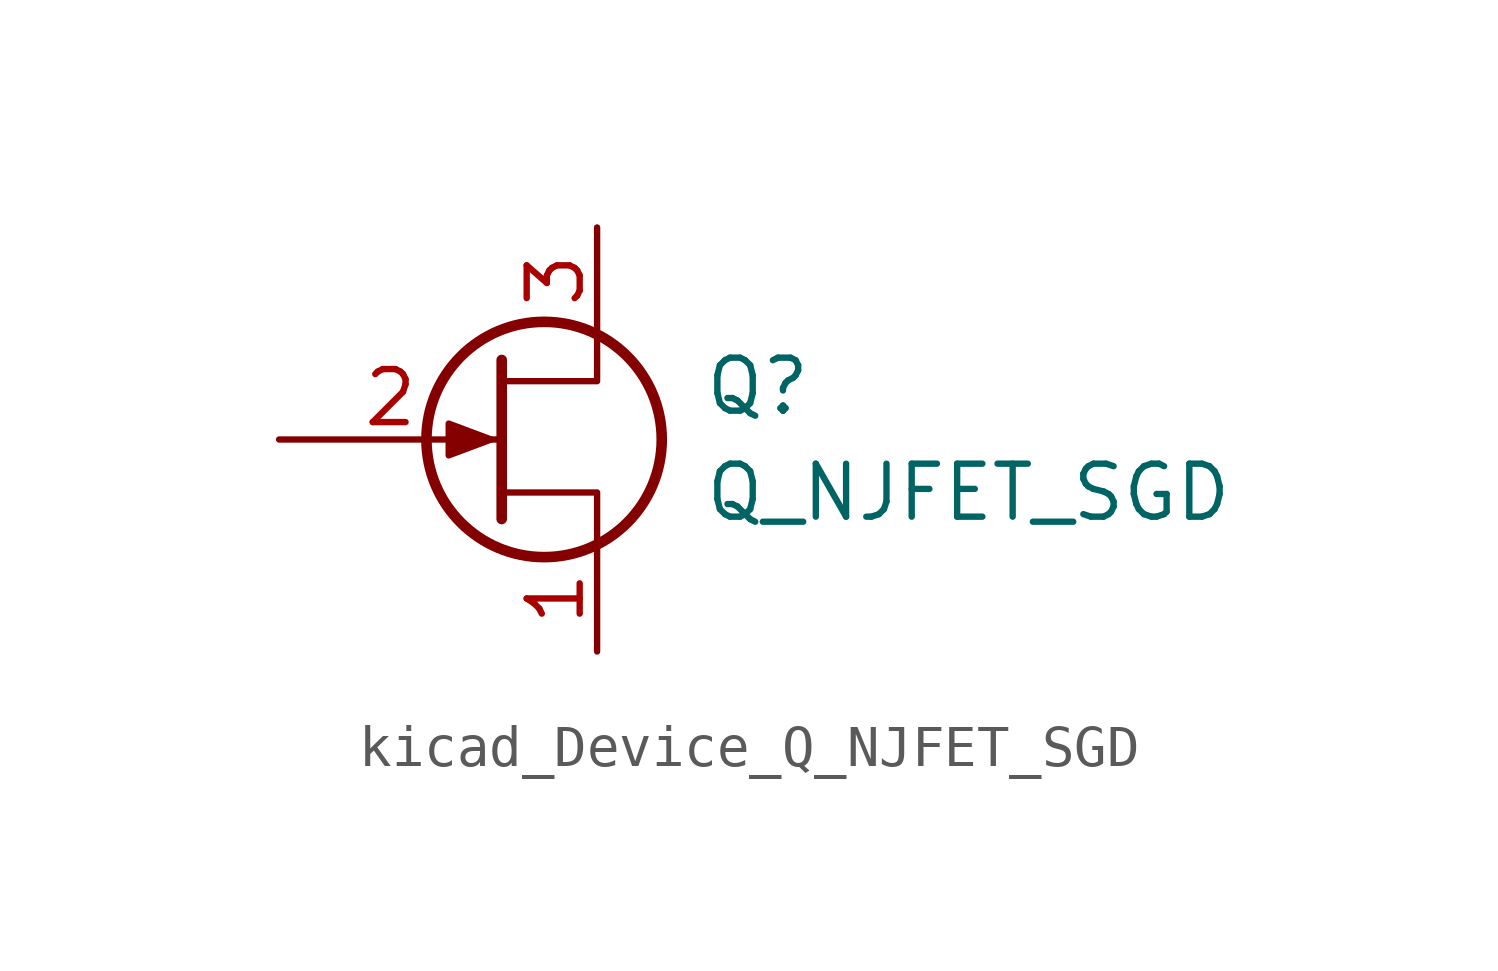
<source format=kicad_sym>
(kicad_symbol_lib
  (version 20220914)
  (generator kicad_symbol_editor)
  (symbol "kicad_Device_Q_NJFET_SGD"
    (pin_names
      (offset 0) hide)
    (property "Reference" "Q"
      (at 5.08 1.27 0)
      (effects (font (size 1.27 1.27)) (justify left)))
    (property "Value" "Q_NJFET_SGD"
      (at 5.08 -1.27 0)
      (effects (font (size 1.27 1.27)) (justify left)))
    (symbol "kicad_Device_Q_NJFET_SGD_0_1"
      (polyline (pts (xy 0.254 1.905) (xy 0.254 -1.905) (xy 0.254 -1.905)) (stroke (width 0.254) (type default)) (fill (type none)))
      (polyline (pts (xy 2.54 -2.54) (xy 2.54 -1.27) (xy 0.254 -1.27)) (stroke (width 0) (type default)) (fill (type none)))
      (polyline (pts (xy 2.54 2.54) (xy 2.54 1.397) (xy 0.254 1.397)) (stroke (width 0) (type default)) (fill (type none)))
      (polyline (pts (xy 0 0) (xy -1.016 0.381) (xy -1.016 -0.381) (xy 0 0)) (stroke (width 0) (type default)) (fill (type outline)))
      (circle (center 1.27 0) (radius 2.819) (stroke (width 0.254) (type default)) (fill (type none))))
    (symbol "kicad_Device_Q_NJFET_SGD_1_1"
      (pin passive line (at 2.54 -5.08 90) (length 2.54) (name "S" (effects (font (size 1.27 1.27)))) (number "1" (effects (font (size 1.27 1.27)))))
      (pin input line (at -5.08 0 0) (length 5.334) (name "G" (effects (font (size 1.27 1.27)))) (number "2" (effects (font (size 1.27 1.27)))))
      (pin passive line (at 2.54 5.08 270) (length 2.54) (name "D" (effects (font (size 1.27 1.27)))) (number "3" (effects (font (size 1.27 1.27))))))))
</source>
